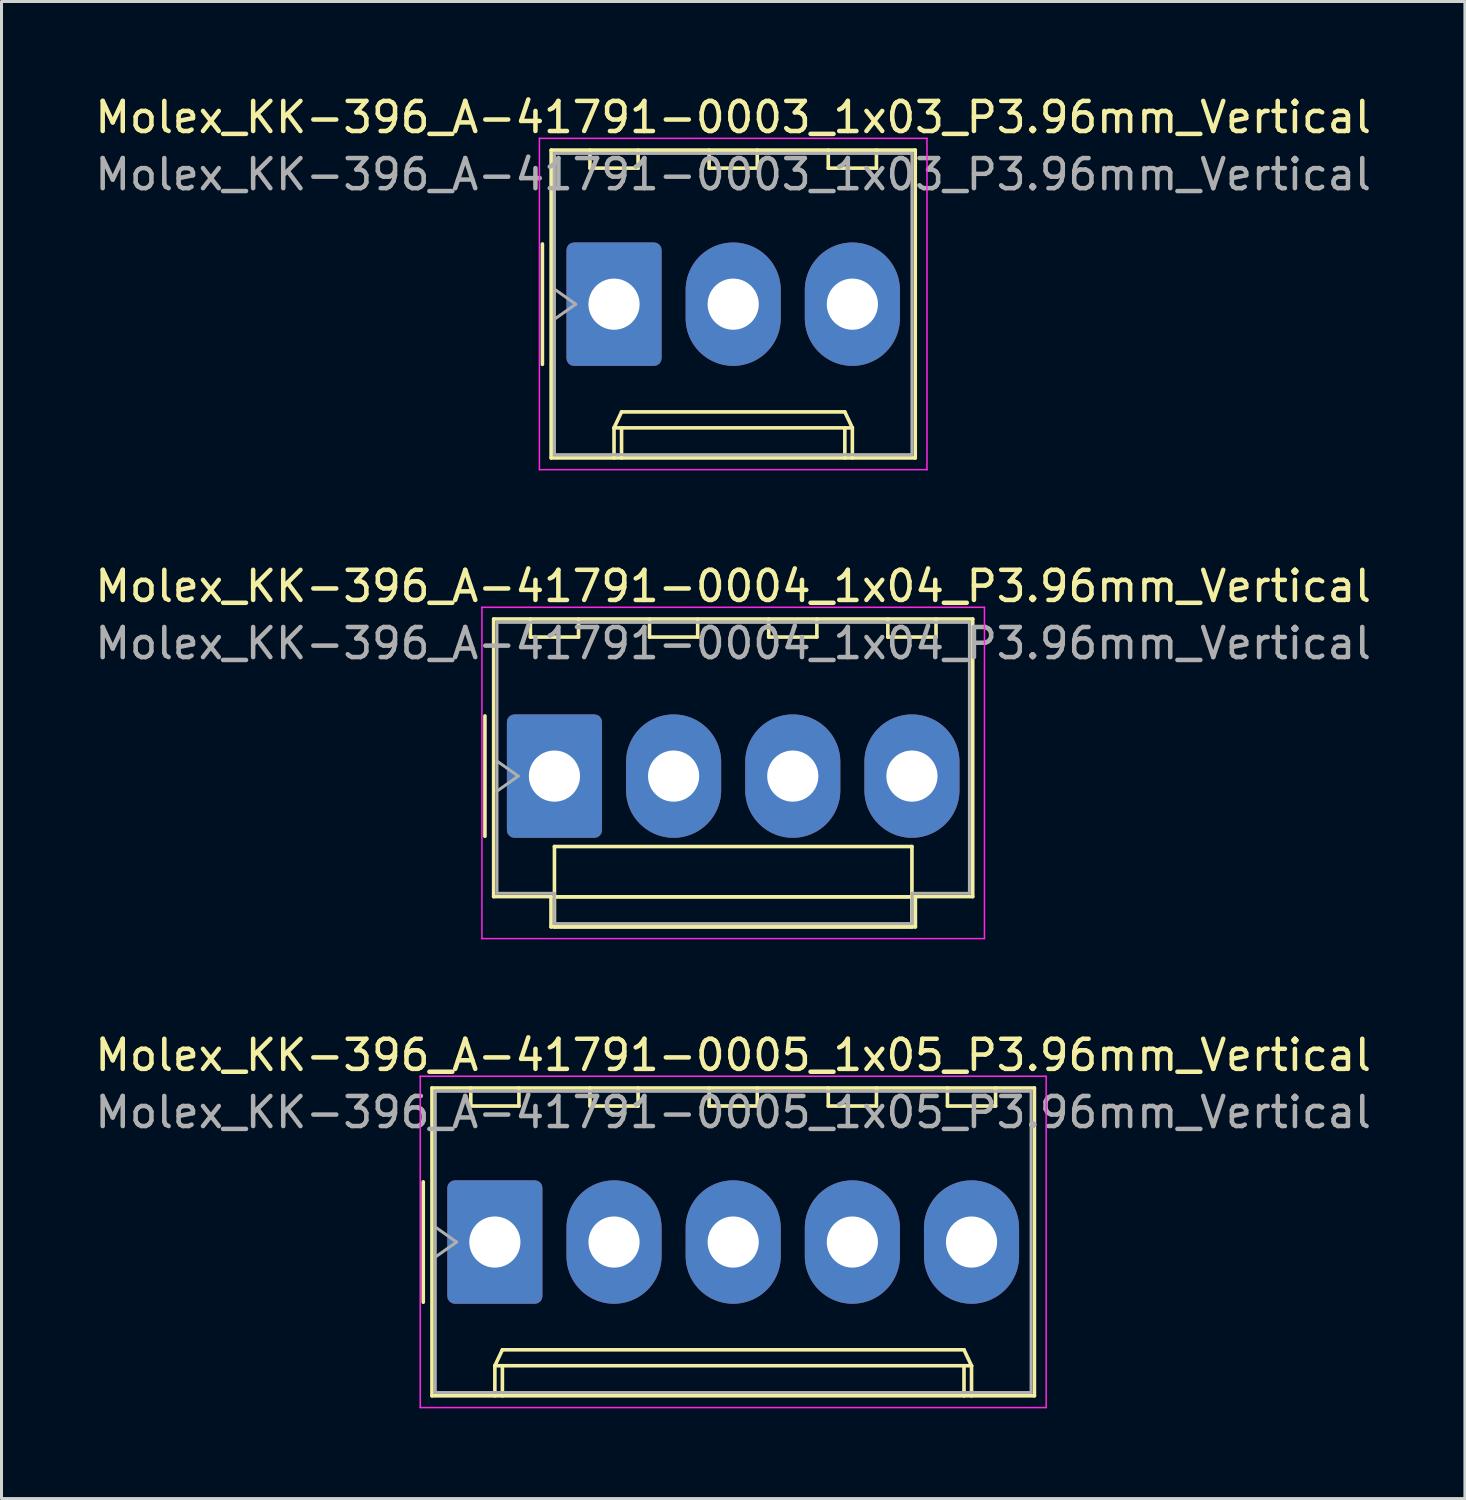
<source format=kicad_pcb>
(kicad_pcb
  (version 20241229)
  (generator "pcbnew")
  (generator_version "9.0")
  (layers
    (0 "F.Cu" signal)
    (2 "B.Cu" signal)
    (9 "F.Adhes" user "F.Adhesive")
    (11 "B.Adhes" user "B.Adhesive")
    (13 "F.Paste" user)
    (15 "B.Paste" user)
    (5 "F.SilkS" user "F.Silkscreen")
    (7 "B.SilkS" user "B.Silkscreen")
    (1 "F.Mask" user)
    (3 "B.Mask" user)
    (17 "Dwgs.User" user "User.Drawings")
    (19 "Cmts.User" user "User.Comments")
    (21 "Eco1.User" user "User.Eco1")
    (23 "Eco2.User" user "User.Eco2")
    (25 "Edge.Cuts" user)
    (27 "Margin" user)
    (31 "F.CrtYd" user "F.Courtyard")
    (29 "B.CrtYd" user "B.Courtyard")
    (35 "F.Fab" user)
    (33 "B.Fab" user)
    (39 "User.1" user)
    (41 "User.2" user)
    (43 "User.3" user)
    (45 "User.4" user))
  (footprint "Molex_KK-396_A-41791-0005_1x05_P3.96mm_Vertical"
    (layer "F.Cu")
    (at 13.395 38.225)
    (property "Reference" "Molex_KK-396_A-41791-0005_1x05_P3.96mm_Vertical" (at 7.92 -6.21 0) (layer "F.SilkS") (effects (font (size 1 1) (thickness 0.15))))
    (attr through_hole)
    (fp_line (start -2.38 -2) (end -2.38 2) (stroke (width 0.12) (type solid)) (layer "F.SilkS"))
    (fp_line (start -2.09 -5.12) (end -2.09 5.11) (stroke (width 0.12) (type solid)) (layer "F.SilkS"))
    (fp_line (start -2.09 5.11) (end 17.93 5.11) (stroke (width 0.12) (type solid)) (layer "F.SilkS"))
    (fp_line (start -0.8 -5.12) (end -0.8 -4.52) (stroke (width 0.12) (type solid)) (layer "F.SilkS"))
    (fp_line (start -0.8 -4.52) (end 0.8 -4.52) (stroke (width 0.12) (type solid)) (layer "F.SilkS"))
    (fp_line (start 0 4.11) (end 0.25 3.58) (stroke (width 0.12) (type solid)) (layer "F.SilkS"))
    (fp_line (start 0 4.11) (end 15.84 4.11) (stroke (width 0.12) (type solid)) (layer "F.SilkS"))
    (fp_line (start 0 5.11) (end 0 4.11) (stroke (width 0.12) (type solid)) (layer "F.SilkS"))
    (fp_line (start 0.25 3.58) (end 15.59 3.58) (stroke (width 0.12) (type solid)) (layer "F.SilkS"))
    (fp_line (start 0.25 5.11) (end 0.25 4.11) (stroke (width 0.12) (type solid)) (layer "F.SilkS"))
    (fp_line (start 0.8 -4.52) (end 0.8 -5.12) (stroke (width 0.12) (type solid)) (layer "F.SilkS"))
    (fp_line (start 3.16 -5.12) (end 3.16 -4.52) (stroke (width 0.12) (type solid)) (layer "F.SilkS"))
    (fp_line (start 3.16 -4.52) (end 4.76 -4.52) (stroke (width 0.12) (type solid)) (layer "F.SilkS"))
    (fp_line (start 4.76 -4.52) (end 4.76 -5.12) (stroke (width 0.12) (type solid)) (layer "F.SilkS"))
    (fp_line (start 7.12 -5.12) (end 7.12 -4.52) (stroke (width 0.12) (type solid)) (layer "F.SilkS"))
    (fp_line (start 7.12 -4.52) (end 8.72 -4.52) (stroke (width 0.12) (type solid)) (layer "F.SilkS"))
    (fp_line (start 8.72 -4.52) (end 8.72 -5.12) (stroke (width 0.12) (type solid)) (layer "F.SilkS"))
    (fp_line (start 11.08 -5.12) (end 11.08 -4.52) (stroke (width 0.12) (type solid)) (layer "F.SilkS"))
    (fp_line (start 11.08 -4.52) (end 12.68 -4.52) (stroke (width 0.12) (type solid)) (layer "F.SilkS"))
    (fp_line (start 12.68 -4.52) (end 12.68 -5.12) (stroke (width 0.12) (type solid)) (layer "F.SilkS"))
    (fp_line (start 15.04 -5.12) (end 15.04 -4.52) (stroke (width 0.12) (type solid)) (layer "F.SilkS"))
    (fp_line (start 15.04 -4.52) (end 16.64 -4.52) (stroke (width 0.12) (type solid)) (layer "F.SilkS"))
    (fp_line (start 15.59 3.58) (end 15.84 4.11) (stroke (width 0.12) (type solid)) (layer "F.SilkS"))
    (fp_line (start 15.59 5.11) (end 15.59 4.11) (stroke (width 0.12) (type solid)) (layer "F.SilkS"))
    (fp_line (start 15.84 4.11) (end 15.84 5.11) (stroke (width 0.12) (type solid)) (layer "F.SilkS"))
    (fp_line (start 16.64 -4.52) (end 16.64 -5.12) (stroke (width 0.12) (type solid)) (layer "F.SilkS"))
    (fp_line (start 17.93 -5.12) (end -2.09 -5.12) (stroke (width 0.12) (type solid)) (layer "F.SilkS"))
    (fp_line (start 17.93 5.11) (end 17.93 -5.12) (stroke (width 0.12) (type solid)) (layer "F.SilkS"))
    (fp_line (start -2.48 -5.51) (end -2.48 5.5) (stroke (width 0.05) (type solid)) (layer "F.CrtYd"))
    (fp_line (start -2.48 5.5) (end 18.32 5.5) (stroke (width 0.05) (type solid)) (layer "F.CrtYd"))
    (fp_line (start 18.32 -5.51) (end -2.48 -5.51) (stroke (width 0.05) (type solid)) (layer "F.CrtYd"))
    (fp_line (start 18.32 5.5) (end 18.32 -5.51) (stroke (width 0.05) (type solid)) (layer "F.CrtYd"))
    (fp_line (start -1.98 -5.01) (end -1.98 5) (stroke (width 0.1) (type solid)) (layer "F.Fab"))
    (fp_line (start -1.98 -0.5) (end -1.273 0) (stroke (width 0.1) (type solid)) (layer "F.Fab"))
    (fp_line (start -1.98 5) (end 17.82 5) (stroke (width 0.1) (type solid)) (layer "F.Fab"))
    (fp_line (start -1.273 0) (end -1.98 0.5) (stroke (width 0.1) (type solid)) (layer "F.Fab"))
    (fp_line (start 17.82 -5.01) (end -1.98 -5.01) (stroke (width 0.1) (type solid)) (layer "F.Fab"))
    (fp_line (start 17.82 5) (end 17.82 -5.01) (stroke (width 0.1) (type solid)) (layer "F.Fab"))
    (fp_text user "${REFERENCE}" (at 7.92 -4.31 0) (layer "F.Fab") (effects (font (size 1 1) (thickness 0.15))))
    (pad "1" thru_hole roundrect (at 0 0) (size 3.16 4.1) (drill 1.7) (layers "*.Cu" "*.Mask") (roundrect_rratio 0.079))
    (pad "2" thru_hole oval (at 3.96 0) (size 3.16 4.1) (drill 1.7) (layers "*.Cu" "*.Mask"))
    (pad "3" thru_hole oval (at 7.92 0) (size 3.16 4.1) (drill 1.7) (layers "*.Cu" "*.Mask"))
    (pad "4" thru_hole oval (at 11.88 0) (size 3.16 4.1) (drill 1.7) (layers "*.Cu" "*.Mask"))
    (pad "5" thru_hole oval (at 15.84 0) (size 3.16 4.1) (drill 1.7) (layers "*.Cu" "*.Mask")))
  (footprint "Molex_KK-396_A-41791-0003_1x03_P3.96mm_Vertical"
    (layer "F.Cu")
    (at 17.355 7.058)
    (property "Reference" "Molex_KK-396_A-41791-0003_1x03_P3.96mm_Vertical" (at 3.96 -6.21 0) (layer "F.SilkS") (effects (font (size 1 1) (thickness 0.15))))
    (attr through_hole)
    (fp_line (start -2.38 -2) (end -2.38 2) (stroke (width 0.12) (type solid)) (layer "F.SilkS"))
    (fp_line (start -2.09 -5.12) (end -2.09 5.11) (stroke (width 0.12) (type solid)) (layer "F.SilkS"))
    (fp_line (start -2.09 5.11) (end 10.01 5.11) (stroke (width 0.12) (type solid)) (layer "F.SilkS"))
    (fp_line (start -0.8 -5.12) (end -0.8 -4.52) (stroke (width 0.12) (type solid)) (layer "F.SilkS"))
    (fp_line (start -0.8 -4.52) (end 0.8 -4.52) (stroke (width 0.12) (type solid)) (layer "F.SilkS"))
    (fp_line (start 0 4.11) (end 0.25 3.58) (stroke (width 0.12) (type solid)) (layer "F.SilkS"))
    (fp_line (start 0 4.11) (end 7.92 4.11) (stroke (width 0.12) (type solid)) (layer "F.SilkS"))
    (fp_line (start 0 5.11) (end 0 4.11) (stroke (width 0.12) (type solid)) (layer "F.SilkS"))
    (fp_line (start 0.25 3.58) (end 7.67 3.58) (stroke (width 0.12) (type solid)) (layer "F.SilkS"))
    (fp_line (start 0.25 5.11) (end 0.25 4.11) (stroke (width 0.12) (type solid)) (layer "F.SilkS"))
    (fp_line (start 0.8 -4.52) (end 0.8 -5.12) (stroke (width 0.12) (type solid)) (layer "F.SilkS"))
    (fp_line (start 3.16 -5.12) (end 3.16 -4.52) (stroke (width 0.12) (type solid)) (layer "F.SilkS"))
    (fp_line (start 3.16 -4.52) (end 4.76 -4.52) (stroke (width 0.12) (type solid)) (layer "F.SilkS"))
    (fp_line (start 4.76 -4.52) (end 4.76 -5.12) (stroke (width 0.12) (type solid)) (layer "F.SilkS"))
    (fp_line (start 7.12 -5.12) (end 7.12 -4.52) (stroke (width 0.12) (type solid)) (layer "F.SilkS"))
    (fp_line (start 7.12 -4.52) (end 8.72 -4.52) (stroke (width 0.12) (type solid)) (layer "F.SilkS"))
    (fp_line (start 7.67 3.58) (end 7.92 4.11) (stroke (width 0.12) (type solid)) (layer "F.SilkS"))
    (fp_line (start 7.67 5.11) (end 7.67 4.11) (stroke (width 0.12) (type solid)) (layer "F.SilkS"))
    (fp_line (start 7.92 4.11) (end 7.92 5.11) (stroke (width 0.12) (type solid)) (layer "F.SilkS"))
    (fp_line (start 8.72 -4.52) (end 8.72 -5.12) (stroke (width 0.12) (type solid)) (layer "F.SilkS"))
    (fp_line (start 10.01 -5.12) (end -2.09 -5.12) (stroke (width 0.12) (type solid)) (layer "F.SilkS"))
    (fp_line (start 10.01 5.11) (end 10.01 -5.12) (stroke (width 0.12) (type solid)) (layer "F.SilkS"))
    (fp_line (start -2.48 -5.51) (end -2.48 5.5) (stroke (width 0.05) (type solid)) (layer "F.CrtYd"))
    (fp_line (start -2.48 5.5) (end 10.4 5.5) (stroke (width 0.05) (type solid)) (layer "F.CrtYd"))
    (fp_line (start 10.4 -5.51) (end -2.48 -5.51) (stroke (width 0.05) (type solid)) (layer "F.CrtYd"))
    (fp_line (start 10.4 5.5) (end 10.4 -5.51) (stroke (width 0.05) (type solid)) (layer "F.CrtYd"))
    (fp_line (start -1.98 -5.01) (end -1.98 5) (stroke (width 0.1) (type solid)) (layer "F.Fab"))
    (fp_line (start -1.98 -0.5) (end -1.273 0) (stroke (width 0.1) (type solid)) (layer "F.Fab"))
    (fp_line (start -1.98 5) (end 9.9 5) (stroke (width 0.1) (type solid)) (layer "F.Fab"))
    (fp_line (start -1.273 0) (end -1.98 0.5) (stroke (width 0.1) (type solid)) (layer "F.Fab"))
    (fp_line (start 9.9 -5.01) (end -1.98 -5.01) (stroke (width 0.1) (type solid)) (layer "F.Fab"))
    (fp_line (start 9.9 5) (end 9.9 -5.01) (stroke (width 0.1) (type solid)) (layer "F.Fab"))
    (fp_text user "${REFERENCE}" (at 3.96 -4.31 0) (layer "F.Fab") (effects (font (size 1 1) (thickness 0.15))))
    (pad "1" thru_hole roundrect (at 0 0) (size 3.16 4.1) (drill 1.7) (layers "*.Cu" "*.Mask") (roundrect_rratio 0.079))
    (pad "2" thru_hole oval (at 3.96 0) (size 3.16 4.1) (drill 1.7) (layers "*.Cu" "*.Mask"))
    (pad "3" thru_hole oval (at 7.92 0) (size 3.16 4.1) (drill 1.7) (layers "*.Cu" "*.Mask")))
  (footprint "Molex_KK-396_A-41791-0004_1x04_P3.96mm_Vertical"
    (layer "F.Cu")
    (at 15.375 22.741)
    (property "Reference" "Molex_KK-396_A-41791-0004_1x04_P3.96mm_Vertical" (at 5.94 -6.31 0) (layer "F.SilkS") (effects (font (size 1 1) (thickness 0.15))))
    (attr through_hole)
    (fp_line (start -2.31 -2) (end -2.31 2) (stroke (width 0.12) (type solid)) (layer "F.SilkS"))
    (fp_line (start -2.02 -5.22) (end 13.9 -5.22) (stroke (width 0.12) (type solid)) (layer "F.SilkS"))
    (fp_line (start -2.02 4.005) (end -2.02 -5.22) (stroke (width 0.12) (type solid)) (layer "F.SilkS"))
    (fp_line (start -0.8 -5.22) (end -0.8 -4.62) (stroke (width 0.12) (type solid)) (layer "F.SilkS"))
    (fp_line (start -0.8 -4.62) (end 0.8 -4.62) (stroke (width 0.12) (type solid)) (layer "F.SilkS"))
    (fp_line (start -0.115 4.005) (end -2.02 4.005) (stroke (width 0.12) (type solid)) (layer "F.SilkS"))
    (fp_line (start -0.115 5.01) (end -0.115 4.005) (stroke (width 0.12) (type solid)) (layer "F.SilkS"))
    (fp_line (start 0 2.34) (end 11.88 2.34) (stroke (width 0.12) (type solid)) (layer "F.SilkS"))
    (fp_line (start 0 4.01) (end 0 2.34) (stroke (width 0.12) (type solid)) (layer "F.SilkS"))
    (fp_line (start 0 4.01) (end 11.88 4.01) (stroke (width 0.12) (type solid)) (layer "F.SilkS"))
    (fp_line (start 0 5.01) (end 0 4.01) (stroke (width 0.12) (type solid)) (layer "F.SilkS"))
    (fp_line (start 0.8 -4.62) (end 0.8 -5.22) (stroke (width 0.12) (type solid)) (layer "F.SilkS"))
    (fp_line (start 3.16 -5.22) (end 3.16 -4.62) (stroke (width 0.12) (type solid)) (layer "F.SilkS"))
    (fp_line (start 3.16 -4.62) (end 4.76 -4.62) (stroke (width 0.12) (type solid)) (layer "F.SilkS"))
    (fp_line (start 4.76 -4.62) (end 4.76 -5.22) (stroke (width 0.12) (type solid)) (layer "F.SilkS"))
    (fp_line (start 7.12 -5.22) (end 7.12 -4.62) (stroke (width 0.12) (type solid)) (layer "F.SilkS"))
    (fp_line (start 7.12 -4.62) (end 8.72 -4.62) (stroke (width 0.12) (type solid)) (layer "F.SilkS"))
    (fp_line (start 8.72 -4.62) (end 8.72 -5.22) (stroke (width 0.12) (type solid)) (layer "F.SilkS"))
    (fp_line (start 11.08 -5.22) (end 11.08 -4.62) (stroke (width 0.12) (type solid)) (layer "F.SilkS"))
    (fp_line (start 11.08 -4.62) (end 12.68 -4.62) (stroke (width 0.12) (type solid)) (layer "F.SilkS"))
    (fp_line (start 11.88 2.34) (end 11.88 4.01) (stroke (width 0.12) (type solid)) (layer "F.SilkS"))
    (fp_line (start 11.88 4.01) (end 0 4.01) (stroke (width 0.12) (type solid)) (layer "F.SilkS"))
    (fp_line (start 11.88 4.01) (end 11.88 5.01) (stroke (width 0.12) (type solid)) (layer "F.SilkS"))
    (fp_line (start 11.88 5.01) (end 0 5.01) (stroke (width 0.12) (type solid)) (layer "F.SilkS"))
    (fp_line (start 11.995 4.005) (end 11.995 5.01) (stroke (width 0.12) (type solid)) (layer "F.SilkS"))
    (fp_line (start 11.995 5.01) (end -0.115 5.01) (stroke (width 0.12) (type solid)) (layer "F.SilkS"))
    (fp_line (start 12.68 -4.62) (end 12.68 -5.22) (stroke (width 0.12) (type solid)) (layer "F.SilkS"))
    (fp_line (start 13.9 -5.22) (end 13.9 4.005) (stroke (width 0.12) (type solid)) (layer "F.SilkS"))
    (fp_line (start 13.9 4.005) (end 11.995 4.005) (stroke (width 0.12) (type solid)) (layer "F.SilkS"))
    (fp_line (start -2.41 -5.61) (end -2.41 5.4) (stroke (width 0.05) (type solid)) (layer "F.CrtYd"))
    (fp_line (start -2.41 5.4) (end 14.29 5.4) (stroke (width 0.05) (type solid)) (layer "F.CrtYd"))
    (fp_line (start 14.29 -5.61) (end -2.41 -5.61) (stroke (width 0.05) (type solid)) (layer "F.CrtYd"))
    (fp_line (start 14.29 5.4) (end 14.29 -5.61) (stroke (width 0.05) (type solid)) (layer "F.CrtYd"))
    (fp_line (start -1.91 -5.11) (end 13.79 -5.11) (stroke (width 0.1) (type solid)) (layer "F.Fab"))
    (fp_line (start -1.91 -0.5) (end -1.203 0) (stroke (width 0.1) (type solid)) (layer "F.Fab"))
    (fp_line (start -1.91 3.895) (end -1.91 -5.11) (stroke (width 0.1) (type solid)) (layer "F.Fab"))
    (fp_line (start -1.203 0) (end -1.91 0.5) (stroke (width 0.1) (type solid)) (layer "F.Fab"))
    (fp_line (start -0.005 3.895) (end -1.91 3.895) (stroke (width 0.1) (type solid)) (layer "F.Fab"))
    (fp_line (start -0.005 4.9) (end -0.005 3.895) (stroke (width 0.1) (type solid)) (layer "F.Fab"))
    (fp_line (start 11.885 3.895) (end 11.885 4.9) (stroke (width 0.1) (type solid)) (layer "F.Fab"))
    (fp_line (start 11.885 4.9) (end -0.005 4.9) (stroke (width 0.1) (type solid)) (layer "F.Fab"))
    (fp_line (start 13.79 -5.11) (end 13.79 3.895) (stroke (width 0.1) (type solid)) (layer "F.Fab"))
    (fp_line (start 13.79 3.895) (end 11.885 3.895) (stroke (width 0.1) (type solid)) (layer "F.Fab"))
    (fp_text user "${REFERENCE}" (at 5.94 -4.41 0) (layer "F.Fab") (effects (font (size 1 1) (thickness 0.15))))
    (pad "1" thru_hole roundrect (at 0 0) (size 3.16 4.1) (drill 1.7) (layers "*.Cu" "*.Mask") (roundrect_rratio 0.079))
    (pad "2" thru_hole oval (at 3.96 0) (size 3.16 4.1) (drill 1.7) (layers "*.Cu" "*.Mask"))
    (pad "3" thru_hole oval (at 7.92 0) (size 3.16 4.1) (drill 1.7) (layers "*.Cu" "*.Mask"))
    (pad "4" thru_hole oval (at 11.88 0) (size 3.16 4.1) (drill 1.7) (layers "*.Cu" "*.Mask")))
  (gr_rect
    (start -3 -3)
    (end 45.631 46.75)
    (stroke (width 0.1) (type default))
    (fill no)
    (layer "Edge.Cuts")))
</source>
